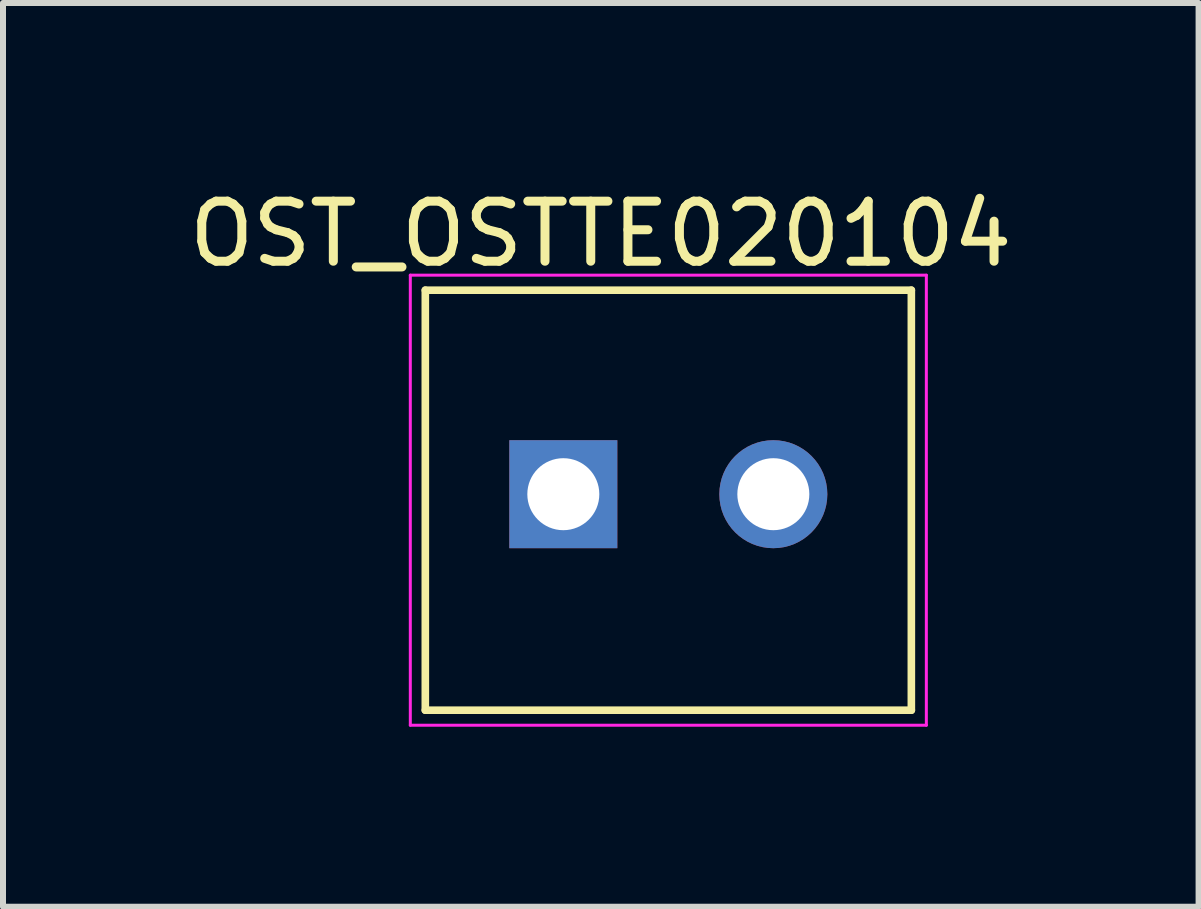
<source format=kicad_pcb>
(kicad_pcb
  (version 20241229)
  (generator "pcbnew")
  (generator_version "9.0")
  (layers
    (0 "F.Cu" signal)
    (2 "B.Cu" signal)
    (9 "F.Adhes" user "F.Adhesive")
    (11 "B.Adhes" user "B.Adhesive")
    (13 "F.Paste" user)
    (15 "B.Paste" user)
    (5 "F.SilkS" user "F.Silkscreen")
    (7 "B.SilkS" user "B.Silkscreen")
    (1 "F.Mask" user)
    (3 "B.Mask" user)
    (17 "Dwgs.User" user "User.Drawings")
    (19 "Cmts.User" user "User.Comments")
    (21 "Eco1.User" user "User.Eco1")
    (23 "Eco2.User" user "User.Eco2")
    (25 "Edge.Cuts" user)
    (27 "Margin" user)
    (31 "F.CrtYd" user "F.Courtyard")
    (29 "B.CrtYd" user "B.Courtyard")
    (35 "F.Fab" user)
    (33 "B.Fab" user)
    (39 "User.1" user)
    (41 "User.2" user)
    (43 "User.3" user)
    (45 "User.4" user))
  (footprint "OST_OSTTE020104"
    (layer "F.Cu")
    (at 8.088 5.186)
    (property "Reference" "OST_OSTTE020104" (at -1.126 -4.338 0) (layer "F.SilkS") (effects (font (size 1.001 1.001) (thickness 0.15))))
    (attr through_hole)
    (fp_line (start -4.05 -3.4) (end 4.05 -3.4) (stroke (width 0.127) (type solid)) (layer "F.SilkS"))
    (fp_line (start -4.05 3.6) (end -4.05 -3.4) (stroke (width 0.127) (type solid)) (layer "F.SilkS"))
    (fp_line (start 4.05 -3.4) (end 4.05 3.6) (stroke (width 0.127) (type solid)) (layer "F.SilkS"))
    (fp_line (start 4.05 3.6) (end -4.05 3.6) (stroke (width 0.127) (type solid)) (layer "F.SilkS"))
    (fp_line (start -4.3 -3.65) (end 4.3 -3.65) (stroke (width 0.05) (type solid)) (layer "F.CrtYd"))
    (fp_line (start -4.3 3.85) (end -4.3 -3.65) (stroke (width 0.05) (type solid)) (layer "F.CrtYd"))
    (fp_line (start 4.3 -3.65) (end 4.3 3.85) (stroke (width 0.05) (type solid)) (layer "F.CrtYd"))
    (fp_line (start 4.3 3.85) (end -4.3 3.85) (stroke (width 0.05) (type solid)) (layer "F.CrtYd"))
    (pad "1" thru_hole rect (at -1.75 0) (size 1.8 1.8) (drill 1.2) (layers "*.Cu" "*.Mask"))
    (pad "2" thru_hole circle (at 1.75 0) (size 1.8 1.8) (drill 1.2) (layers "*.Cu" "*.Mask")))
  (gr_rect
    (start -3 -3)
    (end 16.925 12.061)
    (stroke (width 0.1) (type default))
    (fill no)
    (layer "Edge.Cuts")))
</source>
